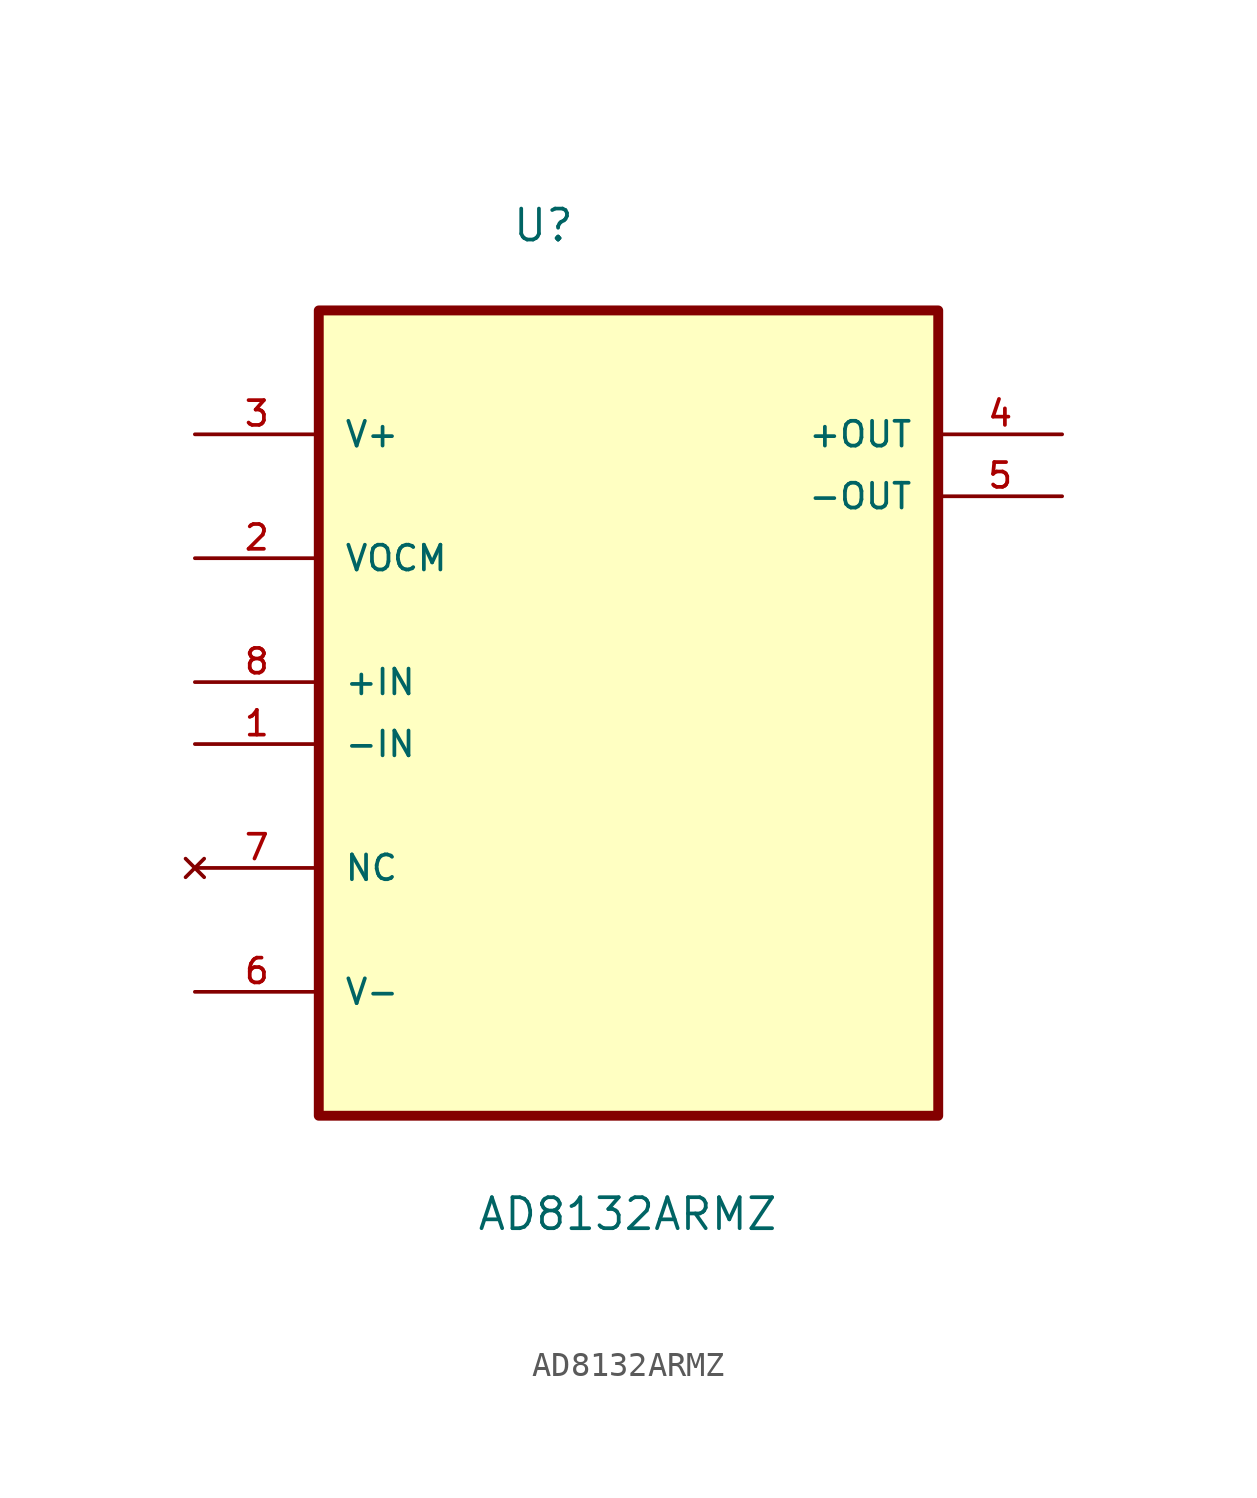
<source format=kicad_sym>
(kicad_symbol_lib
  (version 20211014)
  (generator kicad_symbol_editor)
  (symbol "AD8132ARMZ"
    (pin_names
      (offset 1.016))
    (property "Reference" "U"
      (at -4.801 15.443 0.0)
      (effects (font (size 1.27 1.27)) (justify bottom left)))
    (property "Value" "AD8132ARMZ"
      (at -6.248 -25.095 0.0)
      (effects (font (size 1.27 1.27)) (justify bottom left)))
    (symbol "AD8132ARMZ_0_0"
      (rectangle (start -12.7 -20.32) (end 12.7 12.7) (stroke (width 0.406)) (fill (type background)))
      (pin power_in line (at -17.78 7.62 0) (length 5.08) (name "V+" (effects (font (size 1.016 1.016)))) (number "3" (effects (font (size 1.016 1.016)))))
      (pin passive line (at -17.78 2.54 0) (length 5.08) (name "VOCM" (effects (font (size 1.016 1.016)))) (number "2" (effects (font (size 1.016 1.016)))))
      (pin input line (at -17.78 -2.54 0) (length 5.08) (name "+IN" (effects (font (size 1.016 1.016)))) (number "8" (effects (font (size 1.016 1.016)))))
      (pin input line (at -17.78 -5.08 0) (length 5.08) (name "-IN" (effects (font (size 1.016 1.016)))) (number "1" (effects (font (size 1.016 1.016)))))
      (pin no_connect line (at -17.78 -10.16 0) (length 5.08) (name "NC" (effects (font (size 1.016 1.016)))) (number "7" (effects (font (size 1.016 1.016)))))
      (pin power_in line (at -17.78 -15.24 0) (length 5.08) (name "V-" (effects (font (size 1.016 1.016)))) (number "6" (effects (font (size 1.016 1.016)))))
      (pin output line (at 17.78 7.62 180.0) (length 5.08) (name "+OUT" (effects (font (size 1.016 1.016)))) (number "4" (effects (font (size 1.016 1.016)))))
      (pin output line (at 17.78 5.08 180.0) (length 5.08) (name "-OUT" (effects (font (size 1.016 1.016)))) (number "5" (effects (font (size 1.016 1.016))))))))
</source>
